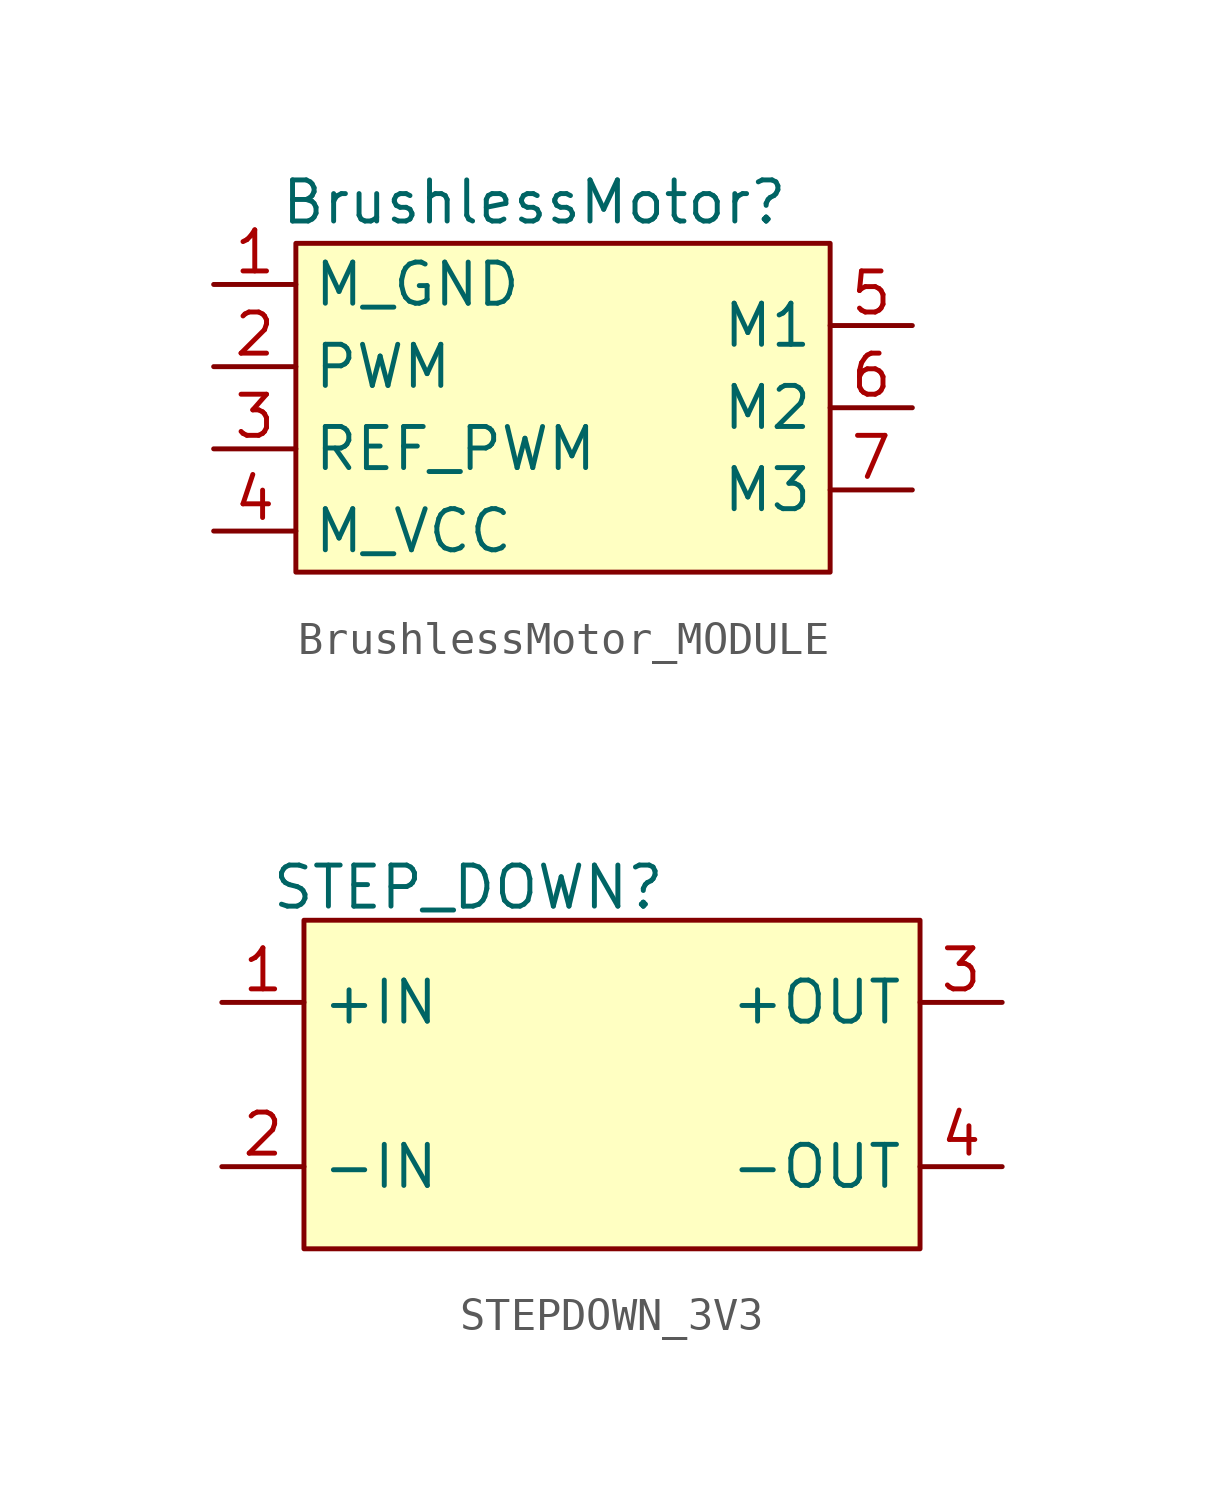
<source format=kicad_sym>
(kicad_symbol_lib
  (version 20241209)
  (generator "kicad_symbol_editor")
  (generator_version "9.0")
  (symbol "BrushlessMotor_MODULE"
    (property "Reference" "BrushlessMotor"
      (at 6.096 1.27 0)
      (effects (font (size 1.27 1.27))))
    (property "Value" ""
      (at 0 0 0)
      (effects (font (size 1.27 1.27))))
    (symbol "BrushlessMotor_MODULE_1_1"
      (rectangle (start -1.27 0) (end 15.24 -10.16) (stroke (width 0) (type solid)) (fill (type color) (color 255 255 194 1)))
      (pin power_in line (at -3.81 -1.27 0) (length 2.54) (name "M_GND" (effects (font (size 1.27 1.27)))) (number "1" (effects (font (size 1.27 1.27)))))
      (pin input line (at -3.81 -3.81 0) (length 2.54) (name "PWM" (effects (font (size 1.27 1.27)))) (number "2" (effects (font (size 1.27 1.27)))))
      (pin input line (at -3.81 -6.35 0) (length 2.54) (name "REF_PWM" (effects (font (size 1.27 1.27)))) (number "3" (effects (font (size 1.27 1.27)))))
      (pin power_in line (at -3.81 -8.89 0) (length 2.54) (name "M_VCC" (effects (font (size 1.27 1.27)))) (number "4" (effects (font (size 1.27 1.27)))))
      (pin output line (at 17.78 -2.54 180) (length 2.54) (name "M1" (effects (font (size 1.27 1.27)))) (number "5" (effects (font (size 1.27 1.27)))))
      (pin output line (at 17.78 -5.08 180) (length 2.54) (name "M2" (effects (font (size 1.27 1.27)))) (number "6" (effects (font (size 1.27 1.27)))))
      (pin output line (at 17.78 -7.62 180) (length 2.54) (name "M3" (effects (font (size 1.27 1.27)))) (number "7" (effects (font (size 1.27 1.27)))))))
  (symbol "STEPDOWN_3V3"
    (property "Reference" "STEP_DOWN"
      (at 5.08 -0.254 0)
      (effects (font (size 1.27 1.27))))
    (property "Value" ""
      (at 0 0 0)
      (effects (font (size 1.27 1.27))))
    (symbol "STEPDOWN_3V3_1_1"
      (rectangle (start 0 -1.27) (end 19.05 -11.43) (stroke (width 0) (type solid)) (fill (type color) (color 255 255 194 1)))
      (pin input line (at -2.54 -3.81 0) (length 2.54) (name "+IN" (effects (font (size 1.27 1.27)))) (number "1" (effects (font (size 1.27 1.27)))))
      (pin input line (at -2.54 -8.89 0) (length 2.54) (name "-IN" (effects (font (size 1.27 1.27)))) (number "2" (effects (font (size 1.27 1.27)))))
      (pin output line (at 21.59 -3.81 180) (length 2.54) (name "+OUT" (effects (font (size 1.27 1.27)))) (number "3" (effects (font (size 1.27 1.27)))))
      (pin output line (at 21.59 -8.89 180) (length 2.54) (name "-OUT" (effects (font (size 1.27 1.27)))) (number "4" (effects (font (size 1.27 1.27))))))))
</source>
